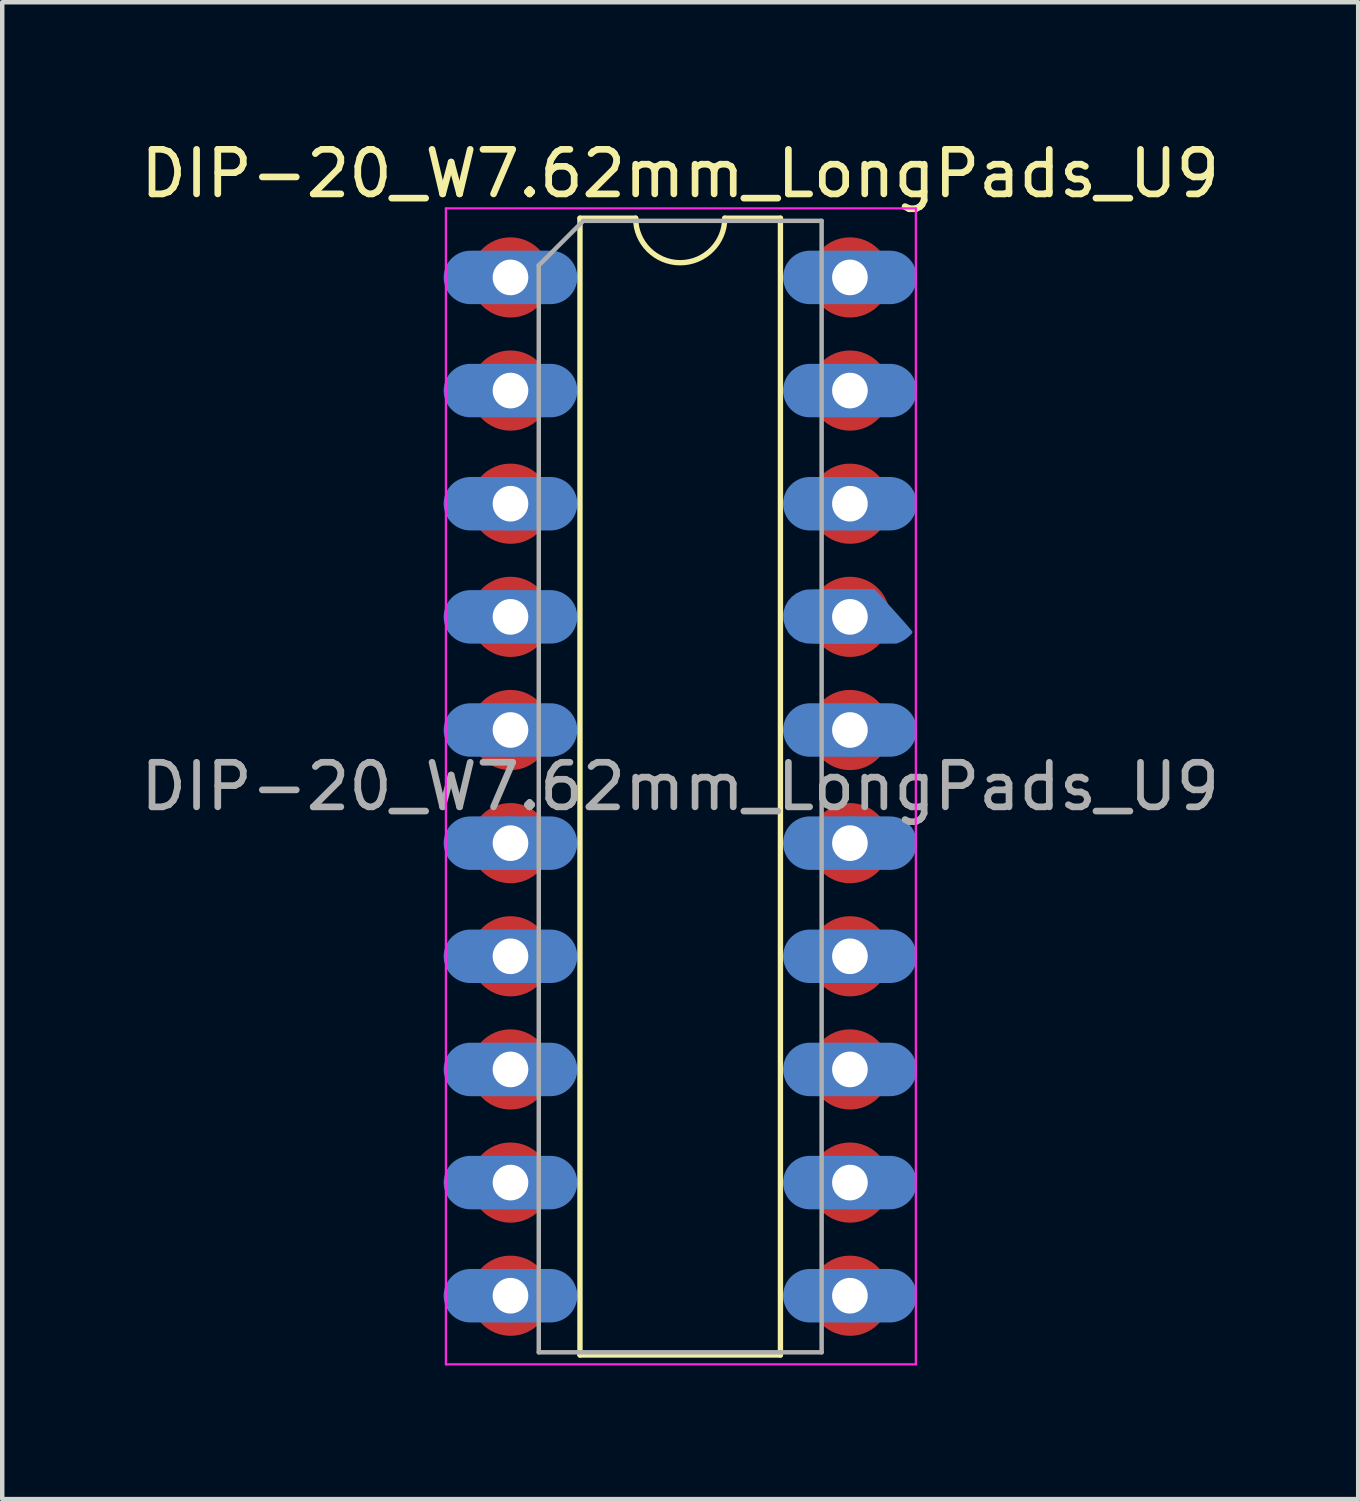
<source format=kicad_pcb>
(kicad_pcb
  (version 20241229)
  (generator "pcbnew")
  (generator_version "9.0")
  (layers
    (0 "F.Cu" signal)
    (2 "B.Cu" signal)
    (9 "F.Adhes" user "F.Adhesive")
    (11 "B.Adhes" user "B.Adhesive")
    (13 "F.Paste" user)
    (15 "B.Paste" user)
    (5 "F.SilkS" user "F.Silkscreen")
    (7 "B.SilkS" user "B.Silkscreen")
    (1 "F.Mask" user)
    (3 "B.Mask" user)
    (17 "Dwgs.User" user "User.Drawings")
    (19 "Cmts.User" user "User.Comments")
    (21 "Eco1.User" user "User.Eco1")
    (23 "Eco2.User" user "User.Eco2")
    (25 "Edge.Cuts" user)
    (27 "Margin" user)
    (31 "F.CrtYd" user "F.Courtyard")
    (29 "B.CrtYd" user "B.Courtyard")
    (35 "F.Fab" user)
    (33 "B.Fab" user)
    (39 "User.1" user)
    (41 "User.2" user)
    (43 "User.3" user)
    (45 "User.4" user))
  (footprint "DIP-20_W7.62mm_LongPads_U9"
    (layer "F.Cu")
    (at 8.41 3.178)
    (property "Reference" "DIP-20_W7.62mm_LongPads_U9" (at 3.81 -2.33 0) (layer "F.SilkS") (effects (font (size 1 1) (thickness 0.15))))
    (attr through_hole)
    (fp_line (start 1.56 -1.33) (end 1.56 24.19) (stroke (width 0.12) (type solid)) (layer "F.SilkS"))
    (fp_line (start 1.56 24.19) (end 6.06 24.19) (stroke (width 0.12) (type solid)) (layer "F.SilkS"))
    (fp_line (start 2.81 -1.33) (end 1.56 -1.33) (stroke (width 0.12) (type solid)) (layer "F.SilkS"))
    (fp_line (start 6.06 -1.33) (end 4.81 -1.33) (stroke (width 0.12) (type solid)) (layer "F.SilkS"))
    (fp_line (start 6.06 24.19) (end 6.06 -1.33) (stroke (width 0.12) (type solid)) (layer "F.SilkS"))
    (fp_arc (start 4.81 -1.33) (mid 3.81 -0.33) (end 2.81 -1.33) (stroke (width 0.12) (type solid)) (layer "F.SilkS"))
    (fp_line (start -1.45 -1.55) (end -1.45 24.4) (stroke (width 0.05) (type solid)) (layer "F.CrtYd"))
    (fp_line (start -1.45 24.4) (end 9.1 24.4) (stroke (width 0.05) (type solid)) (layer "F.CrtYd"))
    (fp_line (start 9.1 -1.55) (end -1.45 -1.55) (stroke (width 0.05) (type solid)) (layer "F.CrtYd"))
    (fp_line (start 9.1 24.4) (end 9.1 -1.55) (stroke (width 0.05) (type solid)) (layer "F.CrtYd"))
    (fp_line (start 0.635 -0.27) (end 1.635 -1.27) (stroke (width 0.1) (type solid)) (layer "F.Fab"))
    (fp_line (start 0.635 24.13) (end 0.635 -0.27) (stroke (width 0.1) (type solid)) (layer "F.Fab"))
    (fp_line (start 1.635 -1.27) (end 6.985 -1.27) (stroke (width 0.1) (type solid)) (layer "F.Fab"))
    (fp_line (start 6.985 -1.27) (end 6.985 24.13) (stroke (width 0.1) (type solid)) (layer "F.Fab"))
    (fp_line (start 6.985 24.13) (end 0.635 24.13) (stroke (width 0.1) (type solid)) (layer "F.Fab"))
    (fp_text user "${REFERENCE}" (at 3.81 11.43 0) (layer "F.Fab") (effects (font (size 1 1) (thickness 0.15))))
    (pad "1" thru_hole circle (at 0 0) (size 1.2 1.2) (drill 0.8) (layers "*.Cu" "*.Mask"))
    (pad "1" smd circle (at 0 0) (size 1.8 1.8) (layers "F.Cu" "F.Mask"))
    (pad "1" smd oval (at 0 0) (size 3 1.2) (layers "B.Cu" "B.Mask"))
    (pad "2" thru_hole circle (at 0 2.54) (size 1.2 1.2) (drill 0.8) (layers "*.Cu" "*.Mask"))
    (pad "2" smd circle (at 0 2.54) (size 1.8 1.8) (layers "F.Cu" "F.Mask"))
    (pad "2" smd oval (at 0 2.54) (size 3 1.2) (layers "B.Cu" "B.Mask"))
    (pad "3" thru_hole circle (at 0 5.08) (size 1.2 1.2) (drill 0.8) (layers "*.Cu" "*.Mask"))
    (pad "3" smd circle (at 0 5.08) (size 1.8 1.8) (layers "F.Cu" "F.Mask"))
    (pad "3" smd oval (at 0 5.08) (size 3 1.2) (layers "B.Cu" "B.Mask"))
    (pad "4" thru_hole circle (at 0 7.62) (size 1.2 1.2) (drill 0.8) (layers "*.Cu" "*.Mask"))
    (pad "4" smd circle (at 0 7.62) (size 1.8 1.8) (layers "F.Cu" "F.Mask"))
    (pad "4" smd oval (at 0 7.62) (size 3 1.2) (layers "B.Cu" "B.Mask"))
    (pad "5" thru_hole circle (at 0 10.16) (size 1.2 1.2) (drill 0.8) (layers "*.Cu" "*.Mask"))
    (pad "5" smd circle (at 0 10.16) (size 1.8 1.8) (layers "F.Cu" "F.Mask"))
    (pad "5" smd oval (at 0 10.16) (size 3 1.2) (layers "B.Cu" "B.Mask"))
    (pad "6" thru_hole circle (at 0 12.7) (size 1.2 1.2) (drill 0.8) (layers "*.Cu" "*.Mask"))
    (pad "6" smd circle (at 0 12.7) (size 1.8 1.8) (layers "F.Cu" "F.Mask"))
    (pad "6" smd oval (at 0 12.7) (size 3 1.2) (layers "B.Cu" "B.Mask"))
    (pad "7" thru_hole circle (at 0 15.24) (size 1.2 1.2) (drill 0.8) (layers "*.Cu" "*.Mask"))
    (pad "7" smd circle (at 0 15.24) (size 1.8 1.8) (layers "F.Cu" "F.Mask"))
    (pad "7" smd oval (at 0 15.24) (size 3 1.2) (layers "B.Cu" "B.Mask"))
    (pad "8" thru_hole circle (at 0 17.78) (size 1.2 1.2) (drill 0.8) (layers "*.Cu" "*.Mask"))
    (pad "8" smd circle (at 0 17.78) (size 1.8 1.8) (layers "F.Cu" "F.Mask"))
    (pad "8" smd oval (at 0 17.78) (size 3 1.2) (layers "B.Cu" "B.Mask"))
    (pad "9" thru_hole circle (at 0 20.32) (size 1.2 1.2) (drill 0.8) (layers "*.Cu" "*.Mask"))
    (pad "9" smd circle (at 0 20.32) (size 1.8 1.8) (layers "F.Cu" "F.Mask"))
    (pad "9" smd oval (at 0 20.32) (size 3 1.2) (layers "B.Cu" "B.Mask"))
    (pad "10" thru_hole circle (at 0 22.86) (size 1.2 1.2) (drill 0.8) (layers "*.Cu" "*.Mask"))
    (pad "10" smd circle (at 0 22.86) (size 1.8 1.8) (layers "F.Cu" "F.Mask"))
    (pad "10" smd oval (at 0 22.86) (size 3 1.2) (layers "B.Cu" "B.Mask"))
    (pad "11" thru_hole circle (at 7.62 22.86) (size 1.2 1.2) (drill 0.8) (layers "*.Cu" "*.Mask"))
    (pad "11" smd circle (at 7.62 22.86) (size 1.8 1.8) (layers "F.Cu" "F.Mask"))
    (pad "11" smd oval (at 7.62 22.86) (size 3 1.2) (layers "B.Cu" "B.Mask"))
    (pad "12" thru_hole circle (at 7.62 20.32) (size 1.2 1.2) (drill 0.8) (layers "*.Cu" "*.Mask"))
    (pad "12" smd circle (at 7.62 20.32) (size 1.8 1.8) (layers "F.Cu" "F.Mask"))
    (pad "12" smd oval (at 7.62 20.32) (size 3 1.2) (layers "B.Cu" "B.Mask"))
    (pad "13" thru_hole circle (at 7.62 17.78) (size 1.2 1.2) (drill 0.8) (layers "*.Cu" "*.Mask"))
    (pad "13" smd circle (at 7.62 17.78) (size 1.8 1.8) (layers "F.Cu" "F.Mask"))
    (pad "13" smd oval (at 7.62 17.78) (size 3 1.2) (layers "B.Cu" "B.Mask"))
    (pad "14" thru_hole circle (at 7.62 15.24) (size 1.2 1.2) (drill 0.8) (layers "*.Cu" "*.Mask"))
    (pad "14" smd circle (at 7.62 15.24) (size 1.8 1.8) (layers "F.Cu" "F.Mask"))
    (pad "14" smd oval (at 7.62 15.24) (size 3 1.2) (layers "B.Cu" "B.Mask"))
    (pad "15" thru_hole circle (at 7.62 12.7) (size 1.2 1.2) (drill 0.8) (layers "*.Cu" "*.Mask"))
    (pad "15" smd circle (at 7.62 12.7) (size 1.8 1.8) (layers "F.Cu" "F.Mask"))
    (pad "15" smd oval (at 7.62 12.7) (size 3 1.2) (layers "B.Cu" "B.Mask"))
    (pad "16" thru_hole circle (at 7.62 10.16) (size 1.2 1.2) (drill 0.8) (layers "*.Cu" "*.Mask"))
    (pad "16" smd circle (at 7.62 10.16) (size 1.8 1.8) (layers "F.Cu" "F.Mask"))
    (pad "16" smd oval (at 7.62 10.16) (size 3 1.2) (layers "B.Cu" "B.Mask"))
    (pad "17" thru_hole circle (at 7.62 7.62) (size 1.2 1.2) (drill 0.8) (layers "*.Cu" "*.Mask"))
    (pad "17" smd custom (at 7.62 7.62) (size 1.2 1.2) (layers "B.Cu" "B.Mask") (options (anchor circle)) (primitives (gr_poly (pts (xy 1.391 0.363) (xy 1.361 0.399) (xy 1.316 0.441) (xy 1.262 0.484) (xy 1.205 0.523) (xy 1.151 0.552) (xy 1.138 0.558) (xy 1.046 0.595) (xy 0.07 0.6) (xy -0.16 0.601) (xy -0.359 0.601) (xy -0.529 0.601) (xy -0.672 0.6) (xy -0.787 0.598) (xy -0.878 0.596) (xy -0.945 0.592) (xy -0.989 0.589) (xy -1.001 0.587) (xy -1.135 0.547) (xy -1.248 0.483) (xy -1.342 0.395) (xy -1.381 0.344) (xy -1.448 0.22) (xy -1.486 0.087) (xy -1.493 -0.05) (xy -1.485 -0.117) (xy -1.449 -0.24) (xy -1.385 -0.353) (xy -1.298 -0.45) (xy -1.193 -0.528) (xy -1.073 -0.583) (xy -0.995 -0.603) (xy -0.96 -0.607) (xy -0.895 -0.61) (xy -0.805 -0.613) (xy -0.691 -0.615) (xy -0.558 -0.617) (xy -0.408 -0.619) (xy -0.244 -0.619) (xy -0.178 -0.619) (xy 0.554 -0.619) (xy 0.975 -0.151) (xy 1.067 -0.048) (xy 1.153 0.048) (xy 1.23 0.135) (xy 1.295 0.21) (xy 1.347 0.271) (xy 1.382 0.313) (xy 1.399 0.336) (xy 1.4 0.338) (xy 1.391 0.363)) (width 0.01) (fill yes))))
    (pad "17" smd circle (at 7.62 7.62) (size 1.8 1.8) (layers "F.Cu" "F.Mask"))
    (pad "18" thru_hole circle (at 7.62 5.08) (size 1.2 1.2) (drill 0.8) (layers "*.Cu" "*.Mask"))
    (pad "18" smd circle (at 7.62 5.08) (size 1.8 1.8) (layers "F.Cu" "F.Mask"))
    (pad "18" smd oval (at 7.62 5.08) (size 3 1.2) (layers "B.Cu" "B.Mask"))
    (pad "19" thru_hole circle (at 7.62 2.54) (size 1.2 1.2) (drill 0.8) (layers "*.Cu" "*.Mask"))
    (pad "19" smd circle (at 7.62 2.54) (size 1.8 1.8) (layers "F.Cu" "F.Mask"))
    (pad "19" smd oval (at 7.62 2.54) (size 3 1.2) (layers "B.Cu" "B.Mask"))
    (pad "20" thru_hole circle (at 7.62 0) (size 1.2 1.2) (drill 0.8) (layers "*.Cu" "*.Mask"))
    (pad "20" smd circle (at 7.62 0) (size 1.8 1.8) (layers "F.Cu" "F.Mask"))
    (pad "20" smd oval (at 7.62 0) (size 3 1.2) (layers "B.Cu" "B.Mask")))
  (gr_rect
    (start -3 -3)
    (end 27.44 30.603)
    (stroke (width 0.1) (type default))
    (fill no)
    (layer "Edge.Cuts")))
</source>
